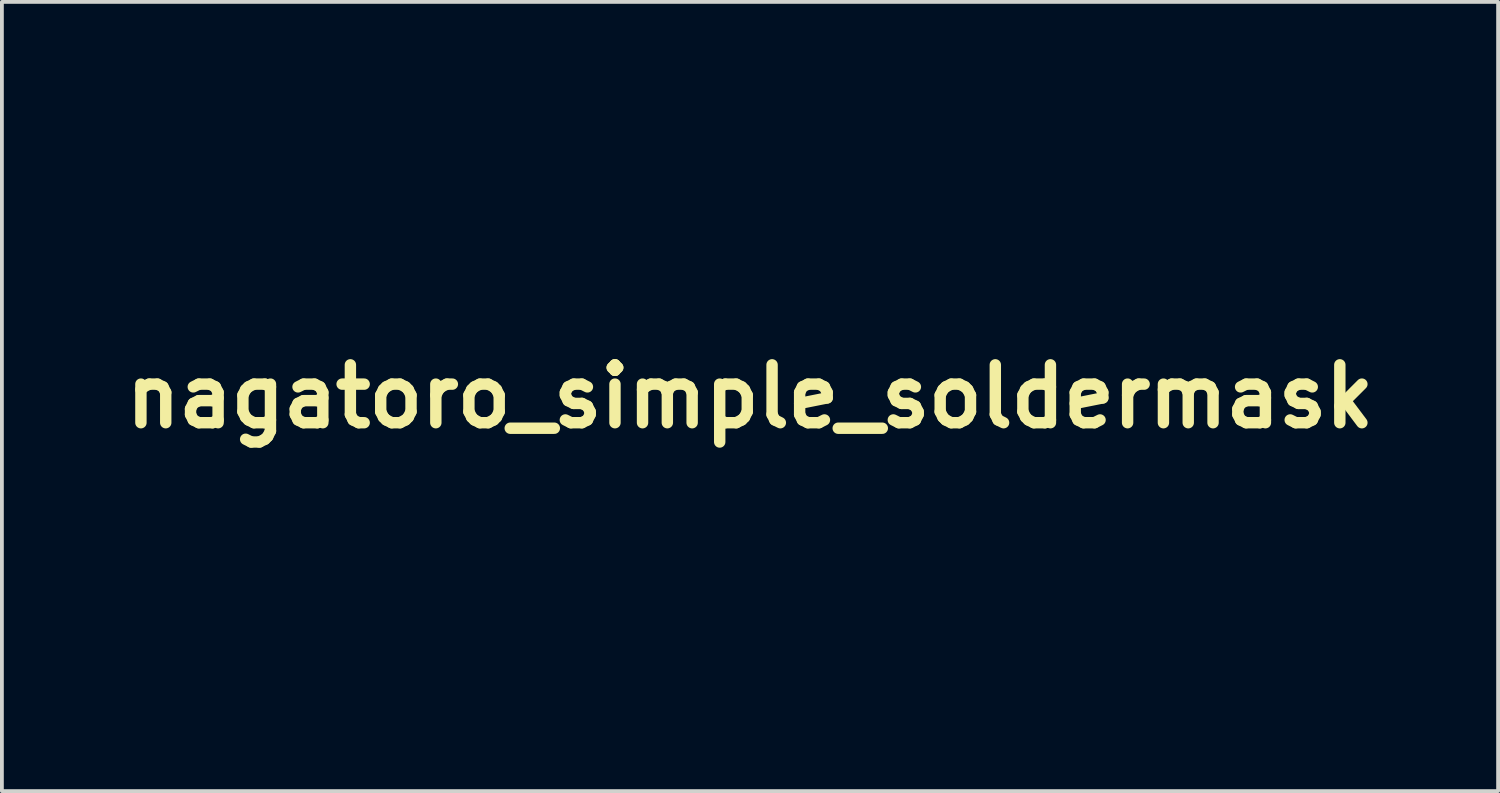
<source format=kicad_pcb>
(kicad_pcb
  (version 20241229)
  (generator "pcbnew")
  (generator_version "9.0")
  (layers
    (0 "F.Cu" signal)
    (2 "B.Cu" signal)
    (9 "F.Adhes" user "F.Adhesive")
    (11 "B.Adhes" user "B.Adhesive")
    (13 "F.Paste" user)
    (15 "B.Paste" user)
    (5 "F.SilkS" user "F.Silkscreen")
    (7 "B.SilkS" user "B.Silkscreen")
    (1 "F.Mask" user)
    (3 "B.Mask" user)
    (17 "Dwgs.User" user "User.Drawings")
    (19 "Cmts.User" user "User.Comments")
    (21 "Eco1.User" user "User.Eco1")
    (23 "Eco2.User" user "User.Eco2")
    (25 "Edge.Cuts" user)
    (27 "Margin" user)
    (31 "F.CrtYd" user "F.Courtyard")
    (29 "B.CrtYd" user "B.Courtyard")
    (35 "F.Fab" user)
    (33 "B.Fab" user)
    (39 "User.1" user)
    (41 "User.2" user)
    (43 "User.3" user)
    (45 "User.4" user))
  (footprint "nagatoro_simple_soldermask"
    (layer "F.Cu")
    (at 16.699 7.391)
    (property "Reference" "nagatoro_simple_soldermask" (at 0 0 0) (layer "F.SilkS") (effects (font (size 1.524 1.524) (thickness 0.3))))
    (attr through_hole)
    (fp_poly (pts (xy -9.222 0.02) (xy -9.242 0.039) (xy -9.261 0.02) (xy -9.242 0) (xy -9.222 0.02)) (stroke (width 0.01) (type solid)) (fill yes) (layer "F.Mask"))
    (fp_poly (pts (xy -9.144 -0.137) (xy -9.164 -0.117) (xy -9.183 -0.137) (xy -9.164 -0.156) (xy -9.144 -0.137)) (stroke (width 0.01) (type solid)) (fill yes) (layer "F.Mask"))
    (fp_poly (pts (xy -9.066 -0.137) (xy -9.085 -0.117) (xy -9.105 -0.137) (xy -9.085 -0.156) (xy -9.066 -0.137)) (stroke (width 0.01) (type solid)) (fill yes) (layer "F.Mask"))
    (fp_poly (pts (xy -8.558 1.27) (xy -8.577 1.29) (xy -8.597 1.27) (xy -8.577 1.25) (xy -8.558 1.27)) (stroke (width 0.01) (type solid)) (fill yes) (layer "F.Mask"))
    (fp_poly (pts (xy -8.558 1.622) (xy -8.577 1.641) (xy -8.597 1.622) (xy -8.577 1.602) (xy -8.558 1.622)) (stroke (width 0.01) (type solid)) (fill yes) (layer "F.Mask"))
    (fp_poly (pts (xy -8.48 0.606) (xy -8.499 0.625) (xy -8.519 0.606) (xy -8.499 0.586) (xy -8.48 0.606)) (stroke (width 0.01) (type solid)) (fill yes) (layer "F.Mask"))
    (fp_poly (pts (xy -8.48 1.778) (xy -8.499 1.798) (xy -8.519 1.778) (xy -8.499 1.758) (xy -8.48 1.778)) (stroke (width 0.01) (type solid)) (fill yes) (layer "F.Mask"))
    (fp_poly (pts (xy -8.011 2.247) (xy -8.03 2.266) (xy -8.05 2.247) (xy -8.03 2.227) (xy -8.011 2.247)) (stroke (width 0.01) (type solid)) (fill yes) (layer "F.Mask"))
    (fp_poly (pts (xy -7.659 2.442) (xy -7.679 2.462) (xy -7.698 2.442) (xy -7.679 2.423) (xy -7.659 2.442)) (stroke (width 0.01) (type solid)) (fill yes) (layer "F.Mask"))
    (fp_poly (pts (xy -7.425 2.208) (xy -7.444 2.227) (xy -7.464 2.208) (xy -7.444 2.188) (xy -7.425 2.208)) (stroke (width 0.01) (type solid)) (fill yes) (layer "F.Mask"))
    (fp_poly (pts (xy -5.393 -1.075) (xy -5.412 -1.055) (xy -5.432 -1.075) (xy -5.412 -1.094) (xy -5.393 -1.075)) (stroke (width 0.01) (type solid)) (fill yes) (layer "F.Mask"))
    (fp_poly (pts (xy -3.751 -0.996) (xy -3.771 -0.977) (xy -3.79 -0.996) (xy -3.771 -1.016) (xy -3.751 -0.996)) (stroke (width 0.01) (type solid)) (fill yes) (layer "F.Mask"))
    (fp_poly (pts (xy -3.048 -3.224) (xy -3.068 -3.204) (xy -3.087 -3.224) (xy -3.068 -3.243) (xy -3.048 -3.224)) (stroke (width 0.01) (type solid)) (fill yes) (layer "F.Mask"))
    (fp_poly (pts (xy -2.892 -3.224) (xy -2.911 -3.204) (xy -2.931 -3.224) (xy -2.911 -3.243) (xy -2.892 -3.224)) (stroke (width 0.01) (type solid)) (fill yes) (layer "F.Mask"))
    (fp_poly (pts (xy -2.774 -3.224) (xy -2.794 -3.204) (xy -2.814 -3.224) (xy -2.794 -3.243) (xy -2.774 -3.224)) (stroke (width 0.01) (type solid)) (fill yes) (layer "F.Mask"))
    (fp_poly (pts (xy -2.306 -2.911) (xy -2.325 -2.892) (xy -2.345 -2.911) (xy -2.325 -2.931) (xy -2.306 -2.911)) (stroke (width 0.01) (type solid)) (fill yes) (layer "F.Mask"))
    (fp_poly (pts (xy -1.407 -7.288) (xy -1.426 -7.268) (xy -1.446 -7.288) (xy -1.426 -7.307) (xy -1.407 -7.288)) (stroke (width 0.01) (type solid)) (fill yes) (layer "F.Mask"))
    (fp_poly (pts (xy 0.821 -0.371) (xy 0.801 -0.352) (xy 0.782 -0.371) (xy 0.801 -0.391) (xy 0.821 -0.371)) (stroke (width 0.01) (type solid)) (fill yes) (layer "F.Mask"))
    (fp_poly (pts (xy 1.563 -4.162) (xy 1.544 -4.142) (xy 1.524 -4.162) (xy 1.544 -4.181) (xy 1.563 -4.162)) (stroke (width 0.01) (type solid)) (fill yes) (layer "F.Mask"))
    (fp_poly (pts (xy 1.641 -4.279) (xy 1.622 -4.259) (xy 1.602 -4.279) (xy 1.622 -4.298) (xy 1.641 -4.279)) (stroke (width 0.01) (type solid)) (fill yes) (layer "F.Mask"))
    (fp_poly (pts (xy 1.758 -4.084) (xy 1.739 -4.064) (xy 1.719 -4.084) (xy 1.739 -4.103) (xy 1.758 -4.084)) (stroke (width 0.01) (type solid)) (fill yes) (layer "F.Mask"))
    (fp_poly (pts (xy 1.798 -4.162) (xy 1.778 -4.142) (xy 1.758 -4.162) (xy 1.778 -4.181) (xy 1.798 -4.162)) (stroke (width 0.01) (type solid)) (fill yes) (layer "F.Mask"))
    (fp_poly (pts (xy 1.954 -4.709) (xy 1.934 -4.689) (xy 1.915 -4.709) (xy 1.934 -4.728) (xy 1.954 -4.709)) (stroke (width 0.01) (type solid)) (fill yes) (layer "F.Mask"))
    (fp_poly (pts (xy 2.188 -4.592) (xy 2.169 -4.572) (xy 2.149 -4.592) (xy 2.169 -4.611) (xy 2.188 -4.592)) (stroke (width 0.01) (type solid)) (fill yes) (layer "F.Mask"))
    (fp_poly (pts (xy 3.634 -2.169) (xy 3.615 -2.149) (xy 3.595 -2.169) (xy 3.615 -2.188) (xy 3.634 -2.169)) (stroke (width 0.01) (type solid)) (fill yes) (layer "F.Mask"))
    (fp_poly (pts (xy 3.673 -1.973) (xy 3.654 -1.954) (xy 3.634 -1.973) (xy 3.654 -1.993) (xy 3.673 -1.973)) (stroke (width 0.01) (type solid)) (fill yes) (layer "F.Mask"))
    (fp_poly (pts (xy 4.22 -6.35) (xy 4.201 -6.33) (xy 4.181 -6.35) (xy 4.201 -6.37) (xy 4.22 -6.35)) (stroke (width 0.01) (type solid)) (fill yes) (layer "F.Mask"))
    (fp_poly (pts (xy 4.338 -5.881) (xy 4.318 -5.862) (xy 4.298 -5.881) (xy 4.318 -5.901) (xy 4.338 -5.881)) (stroke (width 0.01) (type solid)) (fill yes) (layer "F.Mask"))
    (fp_poly (pts (xy 4.767 -2.286) (xy 4.748 -2.266) (xy 4.728 -2.286) (xy 4.748 -2.306) (xy 4.767 -2.286)) (stroke (width 0.01) (type solid)) (fill yes) (layer "F.Mask"))
    (fp_poly (pts (xy 4.924 -2.716) (xy 4.904 -2.696) (xy 4.885 -2.716) (xy 4.904 -2.735) (xy 4.924 -2.716)) (stroke (width 0.01) (type solid)) (fill yes) (layer "F.Mask"))
    (fp_poly (pts (xy -9.235 -7.373) (xy -9.231 -7.326) (xy -9.235 -7.32) (xy -9.258 -7.326) (xy -9.261 -7.346) (xy -9.247 -7.379) (xy -9.235 -7.373)) (stroke (width 0.01) (type solid)) (fill yes) (layer "F.Mask"))
    (fp_poly (pts (xy -8.415 0.599) (xy -8.41 0.646) (xy -8.415 0.651) (xy -8.438 0.646) (xy -8.441 0.625) (xy -8.426 0.593) (xy -8.415 0.599)) (stroke (width 0.01) (type solid)) (fill yes) (layer "F.Mask"))
    (fp_poly (pts (xy 1.824 -4.637) (xy 1.828 -4.591) (xy 1.824 -4.585) (xy 1.8 -4.59) (xy 1.798 -4.611) (xy 1.812 -4.643) (xy 1.824 -4.637)) (stroke (width 0.01) (type solid)) (fill yes) (layer "F.Mask"))
    (fp_poly (pts (xy 5.028 -2.449) (xy 5.033 -2.402) (xy 5.028 -2.397) (xy 5.005 -2.402) (xy 5.002 -2.423) (xy 5.016 -2.455) (xy 5.028 -2.449)) (stroke (width 0.01) (type solid)) (fill yes) (layer "F.Mask"))
    (fp_poly (pts (xy 7.646 0.287) (xy 7.651 0.333) (xy 7.646 0.339) (xy 7.623 0.333) (xy 7.62 0.313) (xy 7.634 0.28) (xy 7.646 0.287)) (stroke (width 0.01) (type solid)) (fill yes) (layer "F.Mask"))
    (fp_poly (pts (xy -8.447 1.931) (xy -8.405 1.97) (xy -8.413 1.993) (xy -8.419 1.993) (xy -8.452 1.965) (xy -8.464 1.948) (xy -8.468 1.921) (xy -8.447 1.931)) (stroke (width 0.01) (type solid)) (fill yes) (layer "F.Mask"))
    (fp_poly (pts (xy -8.273 1.943) (xy -8.265 1.954) (xy -8.251 1.989) (xy -8.288 1.976) (xy -8.323 1.954) (xy -8.353 1.922) (xy -8.335 1.915) (xy -8.273 1.943)) (stroke (width 0.01) (type solid)) (fill yes) (layer "F.Mask"))
    (fp_poly (pts (xy -8.207 1.201) (xy -8.193 1.229) (xy -8.183 1.284) (xy -8.209 1.274) (xy -8.227 1.248) (xy -8.239 1.197) (xy -8.234 1.188) (xy -8.207 1.201)) (stroke (width 0.01) (type solid)) (fill yes) (layer "F.Mask"))
    (fp_poly (pts (xy -8.648 0.26) (xy -8.656 0.274) (xy -8.692 0.311) (xy -8.699 0.313) (xy -8.702 0.287) (xy -8.695 0.274) (xy -8.658 0.236) (xy -8.651 0.234) (xy -8.648 0.26)) (stroke (width 0.01) (type solid)) (fill yes) (layer "F.Mask"))
    (fp_poly (pts (xy 2.098 -4.82) (xy 2.091 -4.806) (xy 2.054 -4.769) (xy 2.047 -4.767) (xy 2.044 -4.793) (xy 2.052 -4.806) (xy 2.088 -4.844) (xy 2.095 -4.846) (xy 2.098 -4.82)) (stroke (width 0.01) (type solid)) (fill yes) (layer "F.Mask"))
    (fp_poly (pts (xy 4.882 -2.558) (xy 4.885 -2.545) (xy 4.856 -2.489) (xy 4.846 -2.481) (xy 4.809 -2.483) (xy 4.806 -2.496) (xy 4.835 -2.552) (xy 4.846 -2.56) (xy 4.882 -2.558)) (stroke (width 0.01) (type solid)) (fill yes) (layer "F.Mask"))
    (fp_poly (pts (xy -9.122 -7.298) (xy -9.125 -7.253) (xy -9.158 -7.167) (xy -9.179 -7.125) (xy -9.227 -7.038) (xy -9.251 -7.015) (xy -9.258 -7.051) (xy -9.258 -7.073) (xy -9.243 -7.157) (xy -9.205 -7.239) (xy -9.16 -7.294) (xy -9.122 -7.299) (xy -9.122 -7.298)) (stroke (width 0.01) (type solid)) (fill yes) (layer "F.Mask"))
    (fp_poly (pts (xy 5.972 6.995) (xy 6.01 7.07) (xy 6.036 7.133) (xy 6.072 7.24) (xy 6.087 7.314) (xy 6.085 7.332) (xy 6.061 7.31) (xy 6.022 7.235) (xy 5.997 7.172) (xy 5.961 7.065) (xy 5.945 6.991) (xy 5.948 6.973) (xy 5.972 6.995)) (stroke (width 0.01) (type solid)) (fill yes) (layer "F.Mask"))
    (fp_poly (pts (xy 0.728 -0.15) (xy 0.79 -0.103) (xy 0.813 -0.006) (xy 0.795 0.124) (xy 0.767 0.2) (xy 0.729 0.28) (xy 0.707 0.314) (xy 0.705 0.313) (xy 0.699 0.266) (xy 0.688 0.166) (xy 0.677 0.065) (xy 0.667 -0.063) (xy 0.67 -0.129) (xy 0.692 -0.152) (xy 0.728 -0.15)) (stroke (width 0.01) (type solid)) (fill yes) (layer "F.Mask"))
    (fp_poly (pts (xy -5.378 7.255) (xy -5.224 7.287) (xy -5.088 7.331) (xy -5.025 7.361) (xy -5.03 7.374) (xy -5.099 7.368) (xy -5.227 7.343) (xy -5.31 7.323) (xy -5.424 7.294) (xy -5.516 7.277) (xy -5.604 7.273) (xy -5.705 7.282) (xy -5.839 7.305) (xy -6.023 7.344) (xy -6.135 7.369) (xy -6.199 7.381) (xy -6.199 7.372) (xy -6.133 7.332) (xy -6.127 7.329) (xy -5.988 7.278) (xy -5.799 7.248) (xy -5.587 7.24) (xy -5.378 7.255)) (stroke (width 0.01) (type solid)) (fill yes) (layer "F.Mask"))
    (fp_poly (pts (xy -9.224 0.27) (xy -9.205 0.374) (xy -9.152 0.709) (xy -9.098 0.976) (xy -9.042 1.186) (xy -8.978 1.35) (xy -8.906 1.479) (xy -8.878 1.517) (xy -8.777 1.652) (xy -8.724 1.735) (xy -8.719 1.762) (xy -8.759 1.731) (xy -8.845 1.639) (xy -8.899 1.577) (xy -9.013 1.46) (xy -9.112 1.396) (xy -9.145 1.388) (xy -9.181 1.383) (xy -9.207 1.367) (xy -9.224 1.329) (xy -9.236 1.255) (xy -9.243 1.135) (xy -9.249 0.957) (xy -9.254 0.798) (xy -9.258 0.561) (xy -9.257 0.387) (xy -9.251 0.278) (xy -9.24 0.238) (xy -9.224 0.27)) (stroke (width 0.01) (type solid)) (fill yes) (layer "F.Mask"))
    (fp_poly (pts (xy -2.456 -7.349) (xy -2.439 -7.248) (xy -2.423 -7.097) (xy -2.409 -6.91) (xy -2.407 -6.874) (xy -2.379 -6.403) (xy -2.344 -5.991) (xy -2.302 -5.62) (xy -2.25 -5.273) (xy -2.186 -4.93) (xy -2.173 -4.865) (xy -2.145 -4.72) (xy -2.132 -4.621) (xy -2.133 -4.577) (xy -2.147 -4.595) (xy -2.174 -4.68) (xy -2.183 -4.715) (xy -2.263 -5.072) (xy -2.33 -5.48) (xy -2.386 -5.948) (xy -2.432 -6.482) (xy -2.441 -6.624) (xy -2.455 -6.812) (xy -2.47 -7) (xy -2.484 -7.151) (xy -2.487 -7.18) (xy -2.494 -7.303) (xy -2.484 -7.374) (xy -2.472 -7.386) (xy -2.456 -7.349)) (stroke (width 0.01) (type solid)) (fill yes) (layer "F.Mask"))
    (fp_poly (pts (xy 4.812 -1.082) (xy 5.042 -1.07) (xy 5.251 -1.051) (xy 5.426 -1.027) (xy 5.55 -0.999) (xy 5.608 -0.971) (xy 5.611 -0.947) (xy 5.547 -0.951) (xy 5.519 -0.957) (xy 5.28 -0.993) (xy 5 -1.014) (xy 4.693 -1.02) (xy 4.372 -1.012) (xy 4.049 -0.991) (xy 3.738 -0.959) (xy 3.451 -0.916) (xy 3.202 -0.864) (xy 3.003 -0.803) (xy 2.867 -0.736) (xy 2.856 -0.728) (xy 2.816 -0.704) (xy 2.818 -0.736) (xy 2.873 -0.792) (xy 2.995 -0.849) (xy 3.173 -0.905) (xy 3.395 -0.958) (xy 3.651 -1.005) (xy 3.93 -1.043) (xy 4.219 -1.071) (xy 4.351 -1.079) (xy 4.577 -1.085) (xy 4.812 -1.082)) (stroke (width 0.01) (type solid)) (fill yes) (layer "F.Mask"))
    (fp_poly (pts (xy -3.766 -3.22) (xy -3.43 -3.205) (xy -3.153 -3.176) (xy -2.915 -3.131) (xy -2.814 -3.104) (xy -2.683 -3.069) (xy -2.577 -3.044) (xy -2.533 -3.037) (xy -2.487 -3.017) (xy -2.488 -2.998) (xy -2.537 -2.98) (xy -2.566 -2.986) (xy -2.603 -2.987) (xy -2.598 -2.969) (xy -2.542 -2.933) (xy -2.522 -2.931) (xy -2.465 -2.899) (xy -2.446 -2.868) (xy -2.397 -2.825) (xy -2.362 -2.829) (xy -2.32 -2.833) (xy -2.322 -2.819) (xy -2.309 -2.774) (xy -2.252 -2.709) (xy -2.246 -2.702) (xy -2.179 -2.633) (xy -2.149 -2.581) (xy -2.149 -2.579) (xy -2.152 -2.55) (xy -2.172 -2.551) (xy -2.225 -2.59) (xy -2.286 -2.641) (xy -2.378 -2.71) (xy -2.511 -2.8) (xy -2.656 -2.891) (xy -2.666 -2.898) (xy -2.819 -2.983) (xy -2.96 -3.04) (xy -3.12 -3.081) (xy -3.291 -3.11) (xy -3.55 -3.136) (xy -3.854 -3.148) (xy -4.173 -3.145) (xy -4.474 -3.127) (xy -4.65 -3.107) (xy -4.751 -3.096) (xy -4.784 -3.102) (xy -4.76 -3.125) (xy -4.678 -3.152) (xy -4.537 -3.178) (xy -4.352 -3.199) (xy -4.142 -3.213) (xy -3.923 -3.22) (xy -3.766 -3.22)) (stroke (width 0.01) (type solid)) (fill yes) (layer "F.Mask"))
    (fp_poly (pts (xy -2.659 -6.307) (xy -2.686 -6.213) (xy -2.762 -6.086) (xy -2.876 -5.943) (xy -3.015 -5.8) (xy -3.033 -5.783) (xy -3.119 -5.706) (xy -3.15 -5.681) (xy -3.13 -5.706) (xy -3.07 -5.773) (xy -2.993 -5.867) (xy -2.97 -5.913) (xy -2.993 -5.914) (xy -3.055 -5.873) (xy -3.149 -5.792) (xy -3.216 -5.727) (xy -3.324 -5.624) (xy -3.413 -5.548) (xy -3.469 -5.511) (xy -3.475 -5.51) (xy -3.472 -5.533) (xy -3.422 -5.592) (xy -3.361 -5.651) (xy -3.273 -5.738) (xy -3.216 -5.808) (xy -3.204 -5.835) (xy -3.229 -5.835) (xy -3.292 -5.788) (xy -3.351 -5.735) (xy -3.573 -5.569) (xy -3.836 -5.456) (xy -4.074 -5.409) (xy -4.279 -5.391) (xy -3.98 -5.486) (xy -3.785 -5.551) (xy -3.643 -5.607) (xy -3.531 -5.665) (xy -3.427 -5.737) (xy -3.364 -5.788) (xy -3.277 -5.85) (xy -3.216 -5.881) (xy -3.203 -5.88) (xy -3.157 -5.894) (xy -3.081 -5.962) (xy -2.991 -6.072) (xy -2.987 -6.076) (xy -2.948 -6.126) (xy -2.941 -6.112) (xy -2.954 -6.047) (xy -2.965 -5.959) (xy -2.945 -5.936) (xy -2.899 -5.973) (xy -2.833 -6.067) (xy -2.75 -6.213) (xy -2.73 -6.252) (xy -2.685 -6.331) (xy -2.664 -6.343) (xy -2.659 -6.307)) (stroke (width 0.01) (type solid)) (fill yes) (layer "F.Mask"))
    (fp_poly (pts (xy -1.51 -7.239) (xy -1.498 -7.136) (xy -1.485 -6.98) (xy -1.471 -6.798) (xy -1.465 -6.702) (xy -1.446 -6.388) (xy -1.431 -6.142) (xy -1.419 -5.954) (xy -1.409 -5.812) (xy -1.4 -5.707) (xy -1.392 -5.629) (xy -1.387 -5.588) (xy -1.372 -5.468) (xy -1.355 -5.315) (xy -1.347 -5.236) (xy -1.325 -5.076) (xy -1.29 -4.89) (xy -1.263 -4.767) (xy -1.225 -4.602) (xy -1.191 -4.437) (xy -1.172 -4.338) (xy -1.146 -4.208) (xy -1.107 -4.04) (xy -1.06 -3.854) (xy -1.009 -3.668) (xy -0.961 -3.502) (xy -0.92 -3.376) (xy -0.895 -3.315) (xy -0.869 -3.234) (xy -0.871 -3.192) (xy -0.894 -3.195) (xy -0.933 -3.256) (xy -0.952 -3.297) (xy -0.992 -3.395) (xy -1.014 -3.457) (xy -1.016 -3.466) (xy -1.035 -3.506) (xy -1.084 -3.595) (xy -1.154 -3.716) (xy -1.174 -3.749) (xy -1.297 -3.973) (xy -1.407 -4.212) (xy -1.509 -4.477) (xy -1.606 -4.779) (xy -1.7 -5.128) (xy -1.795 -5.535) (xy -1.889 -5.979) (xy -1.924 -6.157) (xy -1.961 -6.366) (xy -2 -6.59) (xy -2.036 -6.813) (xy -2.067 -7.017) (xy -2.092 -7.189) (xy -2.107 -7.31) (xy -2.11 -7.357) (xy -2.074 -7.371) (xy -1.979 -7.381) (xy -1.845 -7.385) (xy -1.821 -7.386) (xy -1.531 -7.386) (xy -1.51 -7.239)) (stroke (width 0.01) (type solid)) (fill yes) (layer "F.Mask"))
    (fp_poly (pts (xy 1.563 -7.296) (xy 1.559 -7.211) (xy 1.549 -7.064) (xy 1.533 -6.871) (xy 1.514 -6.646) (xy 1.492 -6.407) (xy 1.47 -6.167) (xy 1.447 -5.944) (xy 1.427 -5.752) (xy 1.41 -5.607) (xy 1.406 -5.573) (xy 1.35 -5.229) (xy 1.274 -4.861) (xy 1.183 -4.485) (xy 1.081 -4.116) (xy 0.974 -3.77) (xy 0.865 -3.463) (xy 0.758 -3.212) (xy 0.718 -3.131) (xy 0.65 -3.006) (xy 0.611 -2.946) (xy 0.597 -2.945) (xy 0.602 -2.997) (xy 0.604 -3.009) (xy 0.62 -3.125) (xy 0.635 -3.285) (xy 0.651 -3.499) (xy 0.666 -3.774) (xy 0.682 -4.103) (xy 0.688 -4.472) (xy 0.675 -4.889) (xy 0.646 -5.328) (xy 0.602 -5.76) (xy 0.564 -6.037) (xy 0.537 -6.223) (xy 0.515 -6.389) (xy 0.501 -6.516) (xy 0.497 -6.573) (xy 0.485 -6.642) (xy 0.46 -6.657) (xy 0.443 -6.676) (xy 0.443 -6.753) (xy 0.447 -6.786) (xy 0.456 -6.871) (xy 0.447 -6.88) (xy 0.436 -6.858) (xy 0.412 -6.815) (xy 0.397 -6.835) (xy 0.384 -6.907) (xy 0.38 -6.993) (xy 0.395 -7.033) (xy 0.398 -7.034) (xy 0.429 -7.064) (xy 0.43 -7.075) (xy 0.406 -7.099) (xy 0.393 -7.094) (xy 0.364 -7.112) (xy 0.34 -7.185) (xy 0.338 -7.199) (xy 0.332 -7.216) (xy 0.33 -7.165) (xy 0.331 -7.055) (xy 0.336 -6.917) (xy 0.357 -6.392) (xy 0.374 -5.936) (xy 0.389 -5.541) (xy 0.4 -5.196) (xy 0.409 -4.894) (xy 0.416 -4.625) (xy 0.42 -4.38) (xy 0.423 -4.151) (xy 0.424 -3.927) (xy 0.424 -3.81) (xy 0.422 -3.551) (xy 0.418 -3.305) (xy 0.413 -3.089) (xy 0.405 -2.918) (xy 0.397 -2.807) (xy 0.395 -2.794) (xy 0.379 -2.681) (xy 0.367 -2.64) (xy 0.356 -2.664) (xy 0.343 -2.735) (xy 0.285 -3.027) (xy 0.211 -3.374) (xy 0.123 -3.754) (xy 0.028 -4.147) (xy -0.069 -4.534) (xy -0.164 -4.893) (xy -0.252 -5.204) (xy -0.256 -5.217) (xy -0.299 -5.367) (xy -0.354 -5.57) (xy -0.417 -5.805) (xy -0.482 -6.048) (xy -0.509 -6.155) (xy -0.604 -6.517) (xy -0.688 -6.824) (xy -0.759 -7.069) (xy -0.815 -7.246) (xy -0.841 -7.317) (xy -0.844 -7.336) (xy -0.833 -7.352) (xy -0.799 -7.363) (xy -0.734 -7.372) (xy -0.631 -7.378) (xy -0.481 -7.382) (xy -0.278 -7.384) (xy -0.012 -7.385) (xy 0.324 -7.386) (xy 1.563 -7.386) (xy 1.563 -7.296)) (stroke (width 0.01) (type solid)) (fill yes) (layer "F.Mask"))
    (fp_poly (pts (xy 3.954 1.939) (xy 3.986 2.013) (xy 3.986 2.014) (xy 4.01 2.126) (xy 4.024 2.3) (xy 4.027 2.518) (xy 4.02 2.762) (xy 4.002 3.018) (xy 3.989 3.146) (xy 3.971 3.306) (xy 3.955 3.435) (xy 3.938 3.546) (xy 3.917 3.656) (xy 3.888 3.78) (xy 3.848 3.934) (xy 3.795 4.133) (xy 3.728 4.377) (xy 3.627 4.679) (xy 3.483 5.014) (xy 3.311 5.355) (xy 3.123 5.678) (xy 2.932 5.959) (xy 2.864 6.045) (xy 2.706 6.21) (xy 2.508 6.376) (xy 2.29 6.528) (xy 2.071 6.655) (xy 1.869 6.745) (xy 1.739 6.78) (xy 1.617 6.802) (xy 1.518 6.823) (xy 1.504 6.827) (xy 1.454 6.831) (xy 1.465 6.809) (xy 1.524 6.778) (xy 1.63 6.742) (xy 1.7 6.724) (xy 2.017 6.609) (xy 2.328 6.425) (xy 2.622 6.18) (xy 2.889 5.884) (xy 3.12 5.544) (xy 3.192 5.412) (xy 3.253 5.295) (xy 3.332 5.143) (xy 3.406 5.002) (xy 3.482 4.842) (xy 3.557 4.659) (xy 3.627 4.467) (xy 3.687 4.281) (xy 3.733 4.115) (xy 3.76 3.982) (xy 3.765 3.898) (xy 3.753 3.876) (xy 3.702 3.848) (xy 3.611 3.791) (xy 3.548 3.749) (xy 3.417 3.673) (xy 3.236 3.586) (xy 3.031 3.498) (xy 2.827 3.42) (xy 2.65 3.363) (xy 2.618 3.355) (xy 2.437 3.318) (xy 2.203 3.283) (xy 1.94 3.25) (xy 1.675 3.225) (xy 1.431 3.209) (xy 1.268 3.204) (xy 0.793 3.232) (xy 0.294 3.311) (xy -0.205 3.435) (xy -0.677 3.597) (xy -0.996 3.74) (xy -1.226 3.868) (xy -1.449 4.015) (xy -1.658 4.174) (xy -1.843 4.335) (xy -1.995 4.49) (xy -2.104 4.63) (xy -2.162 4.748) (xy -2.165 4.821) (xy -2.116 4.923) (xy -2.024 5.066) (xy -1.902 5.233) (xy -1.759 5.409) (xy -1.61 5.578) (xy -1.527 5.664) (xy -1.388 5.792) (xy -1.213 5.934) (xy -1.016 6.08) (xy -0.81 6.223) (xy -0.606 6.355) (xy -0.418 6.466) (xy -0.258 6.55) (xy -0.138 6.597) (xy -0.095 6.604) (xy -0.031 6.62) (xy 0.061 6.658) (xy 0.062 6.659) (xy 0.163 6.693) (xy 0.306 6.724) (xy 0.42 6.741) (xy 0.546 6.76) (xy 0.635 6.783) (xy 0.664 6.803) (xy 0.657 6.823) (xy 0.625 6.831) (xy 0.555 6.829) (xy 0.433 6.815) (xy 0.279 6.793) (xy 0.111 6.762) (xy -0.058 6.714) (xy -0.239 6.643) (xy -0.447 6.543) (xy -0.695 6.41) (xy -0.944 6.267) (xy -1.165 6.112) (xy -1.403 5.901) (xy -1.646 5.65) (xy -1.88 5.373) (xy -2.091 5.085) (xy -2.265 4.803) (xy -2.315 4.709) (xy -2.52 4.247) (xy -2.663 3.795) (xy -2.75 3.329) (xy -2.785 2.825) (xy -2.786 2.768) (xy -2.787 2.571) (xy -2.784 2.402) (xy -2.777 2.277) (xy -2.767 2.21) (xy -2.764 2.204) (xy -2.72 2.205) (xy -2.686 2.236) (xy -2.616 2.288) (xy -2.491 2.35) (xy -2.331 2.415) (xy -2.159 2.473) (xy -1.993 2.518) (xy -1.89 2.538) (xy -1.733 2.568) (xy -1.626 2.621) (xy -1.537 2.715) (xy -1.48 2.802) (xy -1.42 2.881) (xy -1.376 2.895) (xy -1.341 2.838) (xy -1.312 2.708) (xy -1.306 2.669) (xy -1.26 2.524) (xy -1.166 2.431) (xy -1.011 2.375) (xy -0.996 2.372) (xy -0.883 2.349) (xy -0.743 2.318) (xy -0.703 2.309) (xy -0.072 2.194) (xy 0.613 2.122) (xy 1.337 2.093) (xy 2.088 2.109) (xy 2.823 2.166) (xy 3.04 2.188) (xy 3.197 2.201) (xy 3.311 2.204) (xy 3.402 2.196) (xy 3.485 2.178) (xy 3.58 2.148) (xy 3.595 2.143) (xy 3.729 2.088) (xy 3.837 2.027) (xy 3.887 1.983) (xy 3.928 1.931) (xy 3.954 1.939)) (stroke (width 0.01) (type solid)) (fill yes) (layer "F.Mask"))
    (fp_poly (pts (xy -9.2 -0.524) (xy -9.128 -0.459) (xy -9.015 -0.345) (xy -8.945 -0.273) (xy -8.733 -0.05) (xy -8.571 0.134) (xy -8.447 0.291) (xy -8.353 0.435) (xy -8.28 0.579) (xy -8.226 0.712) (xy -8.136 0.955) (xy -8.065 1.137) (xy -8.007 1.272) (xy -7.955 1.371) (xy -7.903 1.448) (xy -7.844 1.516) (xy -7.79 1.57) (xy -7.568 1.787) (xy -7.396 1.961) (xy -7.266 2.101) (xy -7.171 2.216) (xy -7.103 2.314) (xy -7.054 2.406) (xy -7.044 2.429) (xy -7.02 2.505) (xy -7.041 2.54) (xy -7.076 2.552) (xy -7.141 2.546) (xy -7.158 2.507) (xy -7.167 2.412) (xy -7.169 2.388) (xy -7.14 2.388) (xy -7.132 2.427) (xy -7.129 2.434) (xy -7.098 2.482) (xy -7.08 2.482) (xy -7.085 2.441) (xy -7.107 2.412) (xy -7.14 2.388) (xy -7.169 2.388) (xy -7.169 2.384) (xy -7.194 2.295) (xy -7.24 2.248) (xy -7.277 2.252) (xy -7.301 2.254) (xy -7.294 2.238) (xy -7.3 2.184) (xy -7.335 2.144) (xy -7.38 2.111) (xy -7.377 2.131) (xy -7.367 2.149) (xy -7.354 2.185) (xy -7.366 2.179) (xy -7.407 2.124) (xy -7.44 2.065) (xy -7.491 1.995) (xy -7.543 1.961) (xy -7.577 1.972) (xy -7.581 1.992) (xy -7.558 2.019) (xy -7.545 2.014) (xy -7.496 2.014) (xy -7.489 2.022) (xy -7.509 2.045) (xy -7.583 2.057) (xy -7.584 2.057) (xy -7.675 2.044) (xy -7.698 2.006) (xy -7.716 1.967) (xy -7.733 1.971) (xy -7.775 1.961) (xy -7.789 1.937) (xy -7.782 1.882) (xy -7.732 1.858) (xy -7.671 1.88) (xy -7.667 1.883) (xy -7.609 1.912) (xy -7.59 1.909) (xy -7.594 1.879) (xy -7.646 1.821) (xy -7.673 1.798) (xy -7.74 1.748) (xy -7.766 1.739) (xy -7.763 1.749) (xy -7.755 1.791) (xy -7.768 1.798) (xy -7.82 1.821) (xy -7.893 1.875) (xy -7.966 1.923) (xy -8.016 1.931) (xy -8.049 1.879) (xy -8.037 1.821) (xy -8.029 1.817) (xy -7.933 1.817) (xy -7.913 1.837) (xy -7.894 1.817) (xy -7.913 1.798) (xy -7.933 1.817) (xy -8.029 1.817) (xy -7.994 1.798) (xy -7.944 1.764) (xy -7.921 1.71) (xy -7.904 1.622) (xy -7.899 1.71) (xy -7.88 1.778) (xy -7.855 1.798) (xy -7.829 1.765) (xy -7.828 1.716) (xy -7.863 1.635) (xy -7.924 1.586) (xy -7.979 1.587) (xy -7.993 1.574) (xy -7.983 1.536) (xy -7.97 1.489) (xy -7.997 1.498) (xy -8.03 1.524) (xy -8.075 1.552) (xy -8.076 1.536) (xy -8.072 1.474) (xy -8.082 1.426) (xy -8.05 1.426) (xy -8.03 1.446) (xy -8.011 1.426) (xy -8.03 1.407) (xy -8.05 1.426) (xy -8.082 1.426) (xy -8.094 1.372) (xy -8.11 1.321) (xy -8.154 1.199) (xy -8.211 1.036) (xy -8.268 0.868) (xy -8.271 0.861) (xy -8.326 0.715) (xy -8.382 0.595) (xy -8.428 0.523) (xy -8.434 0.517) (xy -8.466 0.485) (xy -8.45 0.488) (xy -8.409 0.487) (xy -8.405 0.449) (xy -8.436 0.413) (xy -8.469 0.433) (xy -8.515 0.506) (xy -8.565 0.612) (xy -8.61 0.73) (xy -8.642 0.838) (xy -8.651 0.915) (xy -8.649 0.928) (xy -8.639 0.973) (xy -8.671 0.953) (xy -8.674 0.951) (xy -8.697 0.916) (xy -8.706 0.858) (xy -8.702 0.761) (xy -8.682 0.609) (xy -8.669 0.519) (xy -8.639 0.491) (xy -8.623 0.496) (xy -8.601 0.486) (xy -8.607 0.436) (xy -8.612 0.379) (xy -8.596 0.372) (xy -8.549 0.365) (xy -8.539 0.353) (xy -8.546 0.302) (xy -8.592 0.222) (xy -8.659 0.135) (xy -8.73 0.063) (xy -8.787 0.026) (xy -8.804 0.027) (xy -8.826 0.026) (xy -8.819 0.012) (xy -8.831 -0.034) (xy -8.885 -0.103) (xy -8.959 -0.175) (xy -9.031 -0.229) (xy -9.079 -0.243) (xy -9.094 -0.257) (xy -9.088 -0.27) (xy -9.095 -0.317) (xy -9.149 -0.359) (xy -9.199 -0.371) (xy -9.229 -0.405) (xy -9.23 -0.41) (xy -9.222 -0.41) (xy -9.203 -0.391) (xy -9.183 -0.41) (xy -9.203 -0.43) (xy -9.222 -0.41) (xy -9.23 -0.41) (xy -9.251 -0.487) (xy -9.251 -0.488) (xy -9.253 -0.533) (xy -9.239 -0.547) (xy -9.2 -0.524)) (stroke (width 0.01) (type solid)) (fill yes) (layer "F.Mask"))
    (fp_poly (pts (xy -3.61 -2.682) (xy -3.193 -2.595) (xy -2.821 -2.462) (xy -2.486 -2.281) (xy -2.316 -2.161) (xy -2.149 -2.032) (xy -2.034 -1.943) (xy -1.963 -1.884) (xy -1.927 -1.849) (xy -1.917 -1.829) (xy -1.923 -1.815) (xy -1.928 -1.81) (xy -1.967 -1.817) (xy -2.016 -1.868) (xy -2.072 -1.932) (xy -2.111 -1.954) (xy -2.113 -1.926) (xy -2.078 -1.854) (xy -2.05 -1.812) (xy -1.977 -1.69) (xy -1.953 -1.617) (xy -1.975 -1.597) (xy -2.041 -1.636) (xy -2.1 -1.689) (xy -2.232 -1.794) (xy -2.405 -1.904) (xy -2.592 -2.003) (xy -2.761 -2.074) (xy -2.817 -2.09) (xy -2.919 -2.116) (xy -2.945 -1.774) (xy -2.993 -1.459) (xy -3.082 -1.186) (xy -3.208 -0.968) (xy -3.308 -0.86) (xy -3.387 -0.788) (xy -3.433 -0.739) (xy -3.439 -0.73) (xy -3.403 -0.721) (xy -3.306 -0.71) (xy -3.166 -0.698) (xy -3.088 -0.692) (xy -2.923 -0.677) (xy -2.782 -0.657) (xy -2.688 -0.635) (xy -2.668 -0.626) (xy -2.622 -0.594) (xy -2.647 -0.594) (xy -2.677 -0.601) (xy -2.833 -0.627) (xy -3.048 -0.648) (xy -3.302 -0.664) (xy -3.574 -0.673) (xy -3.847 -0.676) (xy -4.1 -0.671) (xy -4.314 -0.659) (xy -4.425 -0.646) (xy -4.796 -0.581) (xy -5.157 -0.502) (xy -5.495 -0.413) (xy -5.795 -0.318) (xy -6.043 -0.22) (xy -6.213 -0.133) (xy -6.258 -0.105) (xy -6.27 -0.092) (xy -6.243 -0.097) (xy -6.166 -0.121) (xy -6.03 -0.168) (xy -5.901 -0.214) (xy -5.451 -0.354) (xy -4.963 -0.472) (xy -4.476 -0.559) (xy -4.279 -0.585) (xy -4.085 -0.602) (xy -3.866 -0.614) (xy -3.639 -0.62) (xy -3.422 -0.621) (xy -3.231 -0.616) (xy -3.082 -0.605) (xy -2.993 -0.589) (xy -2.989 -0.587) (xy -2.994 -0.576) (xy -3.065 -0.569) (xy -3.195 -0.569) (xy -3.372 -0.574) (xy -3.38 -0.575) (xy -3.805 -0.572) (xy -4.266 -0.533) (xy -4.743 -0.46) (xy -5.219 -0.357) (xy -5.672 -0.23) (xy -6.085 -0.082) (xy -6.399 0.063) (xy -6.499 0.107) (xy -6.568 0.123) (xy -6.585 0.117) (xy -6.57 0.081) (xy -6.526 0.059) (xy -6.463 0.016) (xy -6.448 -0.021) (xy -6.415 -0.063) (xy -6.327 -0.123) (xy -6.203 -0.191) (xy -6.175 -0.204) (xy -6.023 -0.279) (xy -5.936 -0.331) (xy -5.909 -0.367) (xy -5.934 -0.394) (xy -5.971 -0.408) (xy -6.04 -0.449) (xy -6.132 -0.525) (xy -6.172 -0.565) (xy -6.303 -0.699) (xy -6.201 -0.724) (xy -6.112 -0.735) (xy -6.062 -0.726) (xy -5.998 -0.723) (xy -5.904 -0.749) (xy -5.817 -0.794) (xy -5.777 -0.832) (xy -5.745 -0.845) (xy -5.72 -0.803) (xy -5.644 -0.684) (xy -5.523 -0.578) (xy -5.478 -0.551) (xy -5.393 -0.531) (xy -5.268 -0.548) (xy -5.211 -0.562) (xy -5.032 -0.604) (xy -4.795 -0.647) (xy -4.52 -0.689) (xy -4.228 -0.726) (xy -4.212 -0.728) (xy -3.976 -0.78) (xy -3.798 -0.88) (xy -3.673 -1.025) (xy -3.614 -1.133) (xy -3.598 -1.191) (xy -3.625 -1.193) (xy -3.654 -1.172) (xy -3.701 -1.146) (xy -3.716 -1.188) (xy -3.717 -1.197) (xy -3.717 -1.211) (xy -3.556 -1.211) (xy -3.542 -1.179) (xy -3.53 -1.185) (xy -3.525 -1.232) (xy -3.53 -1.237) (xy -3.553 -1.232) (xy -3.556 -1.211) (xy -3.717 -1.211) (xy -3.718 -1.286) (xy -3.715 -1.319) (xy -3.734 -1.362) (xy -3.787 -1.366) (xy -3.847 -1.337) (xy -3.881 -1.286) (xy -3.915 -1.229) (xy -3.948 -1.232) (xy -3.97 -1.27) (xy -3.956 -1.285) (xy -3.917 -1.338) (xy -3.89 -1.407) (xy -3.876 -1.464) (xy -3.888 -1.461) (xy -3.934 -1.395) (xy -3.939 -1.387) (xy -4.07 -1.222) (xy -4.232 -1.102) (xy -4.438 -1.012) (xy -4.681 -0.956) (xy -4.909 -0.961) (xy -5.107 -1.025) (xy -5.167 -1.062) (xy -5.273 -1.119) (xy -5.372 -1.147) (xy -5.375 -1.147) (xy -5.452 -1.173) (xy -5.471 -1.213) (xy -5.485 -1.281) (xy -5.534 -1.326) (xy -5.63 -1.353) (xy -5.784 -1.365) (xy -5.938 -1.367) (xy -6.148 -1.361) (xy -6.303 -1.344) (xy -6.425 -1.312) (xy -6.478 -1.29) (xy -6.646 -1.214) (xy -6.687 -1.32) (xy -6.724 -1.439) (xy -6.749 -1.554) (xy -6.772 -1.647) (xy -6.799 -1.7) (xy -6.801 -1.701) (xy -6.856 -1.696) (xy -6.959 -1.654) (xy -7.094 -1.585) (xy -7.246 -1.498) (xy -7.399 -1.403) (xy -7.537 -1.309) (xy -7.645 -1.225) (xy -7.707 -1.161) (xy -7.714 -1.148) (xy -7.718 -1.045) (xy -7.674 -0.895) (xy -7.587 -0.713) (xy -7.514 -0.592) (xy -7.449 -0.481) (xy -7.408 -0.397) (xy -7.402 -0.361) (xy -7.443 -0.371) (xy -7.526 -0.423) (xy -7.634 -0.505) (xy -7.753 -0.605) (xy -7.869 -0.712) (xy -7.965 -0.812) (xy -7.988 -0.839) (xy -8.055 -0.917) (xy -8.117 -0.97) (xy -8.192 -1.007) (xy -8.297 -1.035) (xy -8.452 -1.061) (xy -8.568 -1.077) (xy -8.693 -1.087) (xy -8.75 -1.071) (xy -8.753 -1.062) (xy -8.732 -1.014) (xy -8.673 -0.92) (xy -8.589 -0.795) (xy -8.532 -0.716) (xy -8.413 -0.533) (xy -8.276 -0.297) (xy -8.134 -0.029) (xy -7.995 0.251) (xy -7.871 0.522) (xy -7.773 0.764) (xy -7.74 0.855) (xy -7.691 1.01) (xy -7.672 1.095) (xy -7.68 1.111) (xy -7.713 1.058) (xy -7.767 0.937) (xy -7.809 0.833) (xy -7.879 0.659) (xy -7.954 0.484) (xy -8.017 0.344) (xy -8.023 0.332) (xy -8.098 0.176) (xy -8.175 0.01) (xy -8.203 -0.052) (xy -8.31 -0.257) (xy -8.445 -0.477) (xy -8.598 -0.694) (xy -8.757 -0.895) (xy -8.911 -1.065) (xy -9.048 -1.19) (xy -9.12 -1.237) (xy -9.192 -1.284) (xy -9.196 -1.318) (xy -9.181 -1.33) (xy -9.151 -1.366) (xy -9.178 -1.418) (xy -9.196 -1.438) (xy -9.226 -1.483) (xy -9.245 -1.546) (xy -9.254 -1.644) (xy -9.256 -1.792) (xy -9.253 -1.958) (xy -9.242 -2.403) (xy -9.149 -2.012) (xy -9.103 -1.832) (xy -9.057 -1.667) (xy -9.016 -1.541) (xy -8.998 -1.495) (xy -8.95 -1.411) (xy -8.898 -1.385) (xy -8.837 -1.394) (xy -8.742 -1.424) (xy -8.618 -1.475) (xy -8.456 -1.551) (xy -8.247 -1.657) (xy -8.03 -1.771) (xy -4.416 -1.771) (xy -4.402 -1.7) (xy -4.346 -1.685) (xy -4.328 -1.687) (xy -4.253 -1.726) (xy -4.227 -1.772) (xy -4.232 -1.851) (xy -4.249 -1.881) (xy -4.314 -1.904) (xy -4.377 -1.869) (xy -4.414 -1.794) (xy -4.416 -1.771) (xy -8.03 -1.771) (xy -7.982 -1.796) (xy -7.892 -1.844) (xy -7.261 -2.15) (xy -6.63 -2.387) (xy -5.985 -2.559) (xy -5.312 -2.67) (xy -4.607 -2.724) (xy -4.079 -2.724) (xy -3.61 -2.682)) (stroke (width 0.01) (type solid)) (fill yes) (layer "F.Mask"))
    (fp_poly (pts (xy -8.151 2.028) (xy -8.107 2.086) (xy -8.104 2.092) (xy -8.062 2.179) (xy -8.055 2.218) (xy -8.081 2.227) (xy -8.089 2.227) (xy -8.124 2.196) (xy -8.128 2.173) (xy -8.161 2.121) (xy -8.208 2.098) (xy -8.263 2.09) (xy -8.253 2.12) (xy -8.241 2.135) (xy -8.175 2.198) (xy -8.091 2.265) (xy -8.02 2.312) (xy -7.991 2.312) (xy -7.982 2.262) (xy -7.982 2.255) (xy -7.996 2.175) (xy -8.021 2.143) (xy -8.044 2.1) (xy -8.034 2.083) (xy -7.994 2.082) (xy -7.983 2.1) (xy -7.934 2.14) (xy -7.885 2.149) (xy -7.808 2.176) (xy -7.716 2.243) (xy -7.692 2.266) (xy -7.608 2.341) (xy -7.536 2.381) (xy -7.521 2.384) (xy -7.456 2.415) (xy -7.438 2.445) (xy -7.392 2.487) (xy -7.362 2.485) (xy -7.299 2.492) (xy -7.283 2.509) (xy -7.28 2.534) (xy -7.301 2.524) (xy -7.341 2.524) (xy -7.346 2.541) (xy -7.319 2.571) (xy -7.298 2.568) (xy -7.263 2.521) (xy -7.258 2.458) (xy -7.261 2.395) (xy -7.244 2.405) (xy -7.225 2.435) (xy -7.2 2.516) (xy -7.204 2.559) (xy -7.197 2.613) (xy -7.146 2.635) (xy -7.084 2.613) (xy -7.078 2.607) (xy -7.026 2.586) (xy -6.985 2.616) (xy -6.96 2.651) (xy -6.982 2.643) (xy -7.039 2.647) (xy -7.057 2.666) (xy -7.066 2.695) (xy -7.054 2.687) (xy -7.008 2.69) (xy -6.966 2.726) (xy -6.931 2.763) (xy -6.931 2.753) (xy -6.93 2.687) (xy -6.918 2.659) (xy -6.882 2.628) (xy -6.833 2.657) (xy -6.819 2.671) (xy -6.778 2.725) (xy -6.712 2.826) (xy -6.631 2.955) (xy -6.547 3.095) (xy -6.469 3.229) (xy -6.407 3.34) (xy -6.373 3.41) (xy -6.37 3.423) (xy -6.35 3.465) (xy -6.301 3.541) (xy -6.297 3.548) (xy -6.244 3.627) (xy -6.164 3.752) (xy -6.069 3.902) (xy -6.016 3.986) (xy -5.746 4.392) (xy -5.463 4.767) (xy -5.177 5.1) (xy -4.897 5.381) (xy -4.63 5.6) (xy -4.602 5.62) (xy -4.49 5.69) (xy -4.321 5.786) (xy -4.107 5.902) (xy -3.861 6.031) (xy -3.597 6.166) (xy -3.328 6.301) (xy -3.066 6.429) (xy -2.825 6.543) (xy -2.618 6.637) (xy -2.54 6.671) (xy -2.33 6.758) (xy -2.117 6.845) (xy -1.884 6.937) (xy -1.617 7.042) (xy -1.3 7.163) (xy -1.097 7.241) (xy -0.768 7.366) (xy -2.269 7.376) (xy -2.656 7.379) (xy -2.971 7.38) (xy -3.223 7.379) (xy -3.419 7.377) (xy -3.566 7.373) (xy -3.671 7.367) (xy -3.742 7.358) (xy -3.786 7.346) (xy -3.81 7.332) (xy -3.816 7.325) (xy -3.823 7.31) (xy -3.634 7.31) (xy -3.622 7.345) (xy -3.605 7.327) (xy -1.211 7.327) (xy -1.192 7.346) (xy -1.172 7.327) (xy -1.192 7.307) (xy -1.211 7.327) (xy -3.605 7.327) (xy -3.593 7.314) (xy -3.58 7.286) (xy -3.577 7.245) (xy -3.596 7.249) (xy -3.633 7.299) (xy -3.634 7.31) (xy -3.823 7.31) (xy -3.842 7.265) (xy -3.872 7.173) (xy -3.785 7.173) (xy -3.766 7.236) (xy -3.737 7.268) (xy -3.737 7.268) (xy -3.731 7.237) (xy -3.736 7.21) (xy -1.524 7.21) (xy -1.504 7.229) (xy -1.485 7.21) (xy -1.504 7.19) (xy -1.524 7.21) (xy -3.736 7.21) (xy -3.74 7.189) (xy -3.748 7.171) (xy -1.602 7.171) (xy -1.583 7.19) (xy -1.563 7.171) (xy -1.583 7.151) (xy -1.602 7.171) (xy -3.748 7.171) (xy -3.764 7.133) (xy -3.77 7.132) (xy -1.68 7.132) (xy -1.661 7.151) (xy -1.641 7.132) (xy -1.661 7.112) (xy -1.68 7.132) (xy -3.77 7.132) (xy -3.781 7.128) (xy -3.785 7.173) (xy -3.872 7.173) (xy -3.881 7.145) (xy -3.914 7.034) (xy -3.83 7.034) (xy -3.815 7.066) (xy -3.803 7.06) (xy -3.803 7.053) (xy -1.876 7.053) (xy -1.856 7.073) (xy -1.837 7.053) (xy -1.856 7.034) (xy -1.876 7.053) (xy -3.803 7.053) (xy -3.799 7.014) (xy -1.954 7.014) (xy -1.934 7.034) (xy -1.915 7.014) (xy -1.934 6.995) (xy -1.954 7.014) (xy -3.799 7.014) (xy -3.799 7.014) (xy -3.803 7.008) (xy -3.827 7.013) (xy -3.83 7.034) (xy -3.914 7.034) (xy -3.928 6.984) (xy -3.946 6.917) (xy -3.79 6.917) (xy -3.776 6.949) (xy -3.764 6.943) (xy -3.76 6.896) (xy -3.764 6.891) (xy -3.788 6.896) (xy -3.79 6.917) (xy -3.946 6.917) (xy -3.973 6.819) (xy -3.595 6.819) (xy -3.576 6.838) (xy -3.556 6.819) (xy -2.423 6.819) (xy -2.403 6.838) (xy -2.384 6.819) (xy -2.403 6.799) (xy -2.423 6.819) (xy -3.556 6.819) (xy -3.576 6.799) (xy -3.595 6.819) (xy -3.973 6.819) (xy -3.979 6.797) (xy -3.983 6.78) (xy -3.79 6.78) (xy -3.771 6.799) (xy -3.751 6.78) (xy -3.771 6.76) (xy -3.79 6.78) (xy -3.983 6.78) (xy -4.024 6.624) (xy -2.931 6.624) (xy -2.911 6.643) (xy -2.892 6.624) (xy -2.911 6.604) (xy -2.931 6.624) (xy -4.024 6.624) (xy -4.029 6.601) (xy -4.074 6.415) (xy -4.11 6.254) (xy -4.131 6.136) (xy -4.132 6.128) (xy -4.144 6.063) (xy -4.172 6.007) (xy -4.225 5.948) (xy -4.316 5.876) (xy -4.456 5.778) (xy -4.538 5.723) (xy -4.976 5.395) (xy -5.35 5.04) (xy -5.595 4.748) (xy -5.691 4.615) (xy -5.807 4.448) (xy -5.93 4.264) (xy -6.049 4.084) (xy -6.151 3.923) (xy -6.225 3.801) (xy -6.245 3.766) (xy -6.307 3.704) (xy -6.384 3.702) (xy -6.443 3.727) (xy -6.488 3.787) (xy -6.529 3.902) (xy -6.54 3.941) (xy -6.579 4.12) (xy -6.617 4.361) (xy -6.651 4.648) (xy -6.68 4.963) (xy -6.703 5.291) (xy -6.718 5.615) (xy -6.724 5.918) (xy -6.724 5.936) (xy -6.723 6.223) (xy -6.717 6.459) (xy -6.707 6.673) (xy -6.69 6.892) (xy -6.666 7.145) (xy -6.66 7.2) (xy -6.657 7.315) (xy -6.672 7.377) (xy -6.698 7.378) (xy -6.728 7.311) (xy -6.736 7.278) (xy -6.745 7.206) (xy -6.755 7.07) (xy -6.765 6.885) (xy -6.776 6.665) (xy -6.785 6.428) (xy -6.792 5.857) (xy -6.772 5.306) (xy -6.724 4.745) (xy -6.649 4.176) (xy -6.581 3.722) (xy -6.727 3.741) (xy -6.879 3.738) (xy -7.053 3.696) (xy -7.065 3.692) (xy -7.256 3.623) (xy -7.37 3.724) (xy -7.544 3.882) (xy -7.669 4.003) (xy -7.757 4.102) (xy -7.82 4.193) (xy -7.868 4.29) (xy -7.907 4.39) (xy -7.992 4.592) (xy -8.097 4.79) (xy -8.207 4.961) (xy -8.311 5.085) (xy -8.339 5.11) (xy -8.403 5.178) (xy -8.486 5.289) (xy -8.567 5.412) (xy -8.676 5.572) (xy -8.807 5.729) (xy -8.943 5.87) (xy -9.068 5.977) (xy -9.168 6.034) (xy -9.173 6.036) (xy -9.219 6.046) (xy -9.245 6.031) (xy -9.257 5.976) (xy -9.261 5.867) (xy -9.261 5.778) (xy -9.258 5.626) (xy -9.245 5.527) (xy -9.215 5.457) (xy -9.16 5.389) (xy -9.147 5.375) (xy -9.078 5.289) (xy -9.002 5.175) (xy -8.931 5.052) (xy -8.875 4.938) (xy -8.844 4.854) (xy -8.844 4.82) (xy -8.889 4.821) (xy -8.951 4.847) (xy -9.056 4.893) (xy -9.149 4.925) (xy -9.261 4.957) (xy -9.26 3.583) (xy -9.26 2.208) (xy -9.117 2.378) (xy -8.971 2.521) (xy -8.753 2.686) (xy -8.463 2.874) (xy -8.099 3.087) (xy -7.854 3.221) (xy -7.571 3.371) (xy -7.344 3.486) (xy -7.16 3.569) (xy -7.008 3.624) (xy -6.876 3.656) (xy -6.751 3.667) (xy -6.623 3.661) (xy -6.515 3.649) (xy -6.338 3.624) (xy -6.494 3.326) (xy -6.612 3.105) (xy -6.7 2.948) (xy -6.762 2.85) (xy -6.803 2.804) (xy -6.825 2.806) (xy -6.831 2.822) (xy -6.846 2.855) (xy -6.883 2.857) (xy -6.959 2.823) (xy -7.046 2.775) (xy -7.206 2.699) (xy -7.389 2.632) (xy -7.483 2.606) (xy -7.637 2.565) (xy -7.781 2.519) (xy -7.854 2.491) (xy -7.994 2.418) (xy -8.003 2.412) (xy -7.835 2.412) (xy -7.769 2.446) (xy -7.672 2.483) (xy -7.549 2.524) (xy -7.485 2.537) (xy -7.464 2.525) (xy -7.464 2.522) (xy -7.497 2.486) (xy -7.58 2.446) (xy -7.684 2.413) (xy -7.746 2.401) (xy -7.827 2.397) (xy -7.835 2.412) (xy -8.003 2.412) (xy -8.138 2.323) (xy -8.264 2.222) (xy -8.348 2.132) (xy -8.362 2.11) (xy -8.385 2.053) (xy -8.355 2.041) (xy -8.306 2.048) (xy -8.223 2.048) (xy -8.183 2.026) (xy -8.151 2.028)) (stroke (width 0.01) (type solid)) (fill yes) (layer "F.Mask"))
    (fp_poly (pts (xy 6.093 -6.633) (xy 6.092 -6.286) (xy 6.085 -5.991) (xy 6.069 -5.724) (xy 6.043 -5.46) (xy 6.006 -5.174) (xy 5.995 -5.1) (xy 5.973 -4.943) (xy 6.318 -4.83) (xy 6.519 -4.759) (xy 6.736 -4.674) (xy 6.928 -4.591) (xy 6.956 -4.578) (xy 7.099 -4.51) (xy 7.22 -4.453) (xy 7.297 -4.417) (xy 7.308 -4.412) (xy 7.345 -4.409) (xy 7.357 -4.453) (xy 7.352 -4.542) (xy 7.337 -4.638) (xy 7.314 -4.658) (xy 7.303 -4.645) (xy 7.276 -4.617) (xy 7.269 -4.661) (xy 7.254 -4.731) (xy 7.237 -4.787) (xy 7.346 -4.787) (xy 7.366 -4.767) (xy 7.386 -4.787) (xy 7.366 -4.806) (xy 7.346 -4.787) (xy 7.237 -4.787) (xy 7.215 -4.856) (xy 7.157 -5.02) (xy 7.128 -5.1) (xy 7.19 -5.1) (xy 7.21 -5.08) (xy 7.229 -5.1) (xy 7.21 -5.119) (xy 7.19 -5.1) (xy 7.128 -5.1) (xy 7.088 -5.207) (xy 7.012 -5.4) (xy 7.007 -5.412) (xy 7.112 -5.412) (xy 7.132 -5.393) (xy 7.151 -5.412) (xy 7.132 -5.432) (xy 7.112 -5.412) (xy 7.007 -5.412) (xy 6.99 -5.451) (xy 7.034 -5.451) (xy 7.053 -5.432) (xy 7.073 -5.451) (xy 7.268 -5.451) (xy 7.288 -5.432) (xy 7.307 -5.451) (xy 7.288 -5.471) (xy 7.268 -5.451) (xy 7.073 -5.451) (xy 7.053 -5.471) (xy 7.034 -5.451) (xy 6.99 -5.451) (xy 6.936 -5.583) (xy 6.871 -5.726) (xy 6.836 -5.817) (xy 6.823 -5.863) (xy 6.804 -5.92) (xy 7.073 -5.92) (xy 7.092 -5.901) (xy 7.112 -5.92) (xy 7.092 -5.94) (xy 7.073 -5.92) (xy 6.804 -5.92) (xy 6.801 -5.931) (xy 6.758 -6.038) (xy 6.733 -6.096) (xy 6.686 -6.201) (xy 6.618 -6.356) (xy 6.537 -6.541) (xy 6.518 -6.584) (xy 6.838 -6.584) (xy 6.858 -6.565) (xy 6.878 -6.584) (xy 6.858 -6.604) (xy 6.838 -6.584) (xy 6.518 -6.584) (xy 6.452 -6.736) (xy 6.45 -6.741) (xy 6.371 -6.919) (xy 6.301 -7.072) (xy 6.246 -7.185) (xy 6.213 -7.244) (xy 6.21 -7.247) (xy 6.18 -7.281) (xy 6.167 -7.308) (xy 6.176 -7.331) (xy 6.214 -7.349) (xy 6.288 -7.362) (xy 6.403 -7.372) (xy 6.567 -7.378) (xy 6.785 -7.382) (xy 7.063 -7.385) (xy 7.409 -7.385) (xy 7.718 -7.386) (xy 9.261 -7.386) (xy 9.261 7.386) (xy 7.024 7.386) (xy 7.05 7.141) (xy 7.071 6.97) (xy 7.094 6.801) (xy 9.037 6.801) (xy 9.038 6.921) (xy 9.062 7.038) (xy 9.069 7.056) (xy 9.115 7.171) (xy 9.152 7.036) (xy 9.171 6.901) (xy 9.164 6.77) (xy 9.135 6.683) (xy 9.097 6.652) (xy 9.093 6.653) (xy 9.055 6.702) (xy 9.037 6.801) (xy 7.094 6.801) (xy 7.104 6.732) (xy 7.147 6.436) (xy 7.2 6.093) (xy 7.259 5.712) (xy 7.31 5.4) (xy 7.346 5.15) (xy 7.382 4.867) (xy 7.411 4.593) (xy 7.424 4.442) (xy 7.443 4.224) (xy 7.464 4.004) (xy 7.485 3.809) (xy 7.501 3.693) (xy 7.521 3.535) (xy 7.536 3.391) (xy 7.541 3.297) (xy 7.541 3.246) (xy 7.53 3.207) (xy 7.499 3.173) (xy 7.434 3.134) (xy 7.325 3.084) (xy 7.16 3.014) (xy 7.09 2.984) (xy 7.047 3.003) (xy 7 3.073) (xy 6.999 3.076) (xy 6.862 3.334) (xy 6.662 3.633) (xy 6.404 3.968) (xy 6.09 4.337) (xy 5.723 4.736) (xy 5.682 4.779) (xy 5.516 4.949) (xy 5.398 5.075) (xy 5.322 5.172) (xy 5.286 5.255) (xy 5.286 5.339) (xy 5.317 5.44) (xy 5.377 5.573) (xy 5.451 5.73) (xy 5.522 5.883) (xy 5.584 6.02) (xy 5.627 6.117) (xy 5.635 6.135) (xy 5.68 6.241) (xy 5.71 6.311) (xy 5.771 6.46) (xy 5.826 6.609) (xy 5.871 6.742) (xy 5.899 6.842) (xy 5.907 6.895) (xy 5.901 6.898) (xy 5.863 6.845) (xy 5.862 6.832) (xy 5.846 6.783) (xy 5.803 6.674) (xy 5.738 6.52) (xy 5.657 6.333) (xy 5.565 6.124) (xy 5.466 5.906) (xy 5.368 5.693) (xy 5.314 5.576) (xy 5.25 5.451) (xy 5.195 5.361) (xy 5.16 5.323) (xy 5.157 5.322) (xy 5.114 5.353) (xy 5.032 5.423) (xy 4.936 5.511) (xy 4.711 5.715) (xy 4.483 5.91) (xy 4.272 6.079) (xy 4.096 6.207) (xy 4.095 6.208) (xy 3.92 6.364) (xy 3.837 6.498) (xy 3.774 6.651) (xy 3.712 6.822) (xy 3.655 6.994) (xy 3.609 7.148) (xy 3.58 7.269) (xy 3.573 7.338) (xy 3.575 7.346) (xy 3.548 7.363) (xy 3.444 7.375) (xy 3.261 7.383) (xy 3.001 7.386) (xy 2.988 7.386) (xy 2.376 7.386) (xy 2.452 7.327) (xy 2.618 7.327) (xy 2.638 7.346) (xy 2.657 7.327) (xy 2.638 7.307) (xy 2.618 7.327) (xy 2.452 7.327) (xy 2.604 7.21) (xy 2.853 7.21) (xy 2.872 7.229) (xy 2.892 7.21) (xy 2.872 7.19) (xy 2.853 7.21) (xy 2.604 7.21) (xy 2.643 7.179) (xy 2.707 7.132) (xy 2.853 7.132) (xy 2.872 7.151) (xy 2.892 7.132) (xy 3.478 7.132) (xy 3.497 7.151) (xy 3.517 7.132) (xy 3.497 7.112) (xy 3.478 7.132) (xy 2.892 7.132) (xy 2.872 7.112) (xy 2.853 7.132) (xy 2.707 7.132) (xy 2.811 7.053) (xy 3.517 7.053) (xy 3.536 7.073) (xy 3.556 7.053) (xy 3.536 7.034) (xy 3.517 7.053) (xy 2.811 7.053) (xy 2.869 7.01) (xy 3.076 6.858) (xy 3.361 6.858) (xy 3.38 6.878) (xy 3.4 6.858) (xy 3.38 6.838) (xy 3.361 6.858) (xy 3.076 6.858) (xy 3.145 6.808) (xy 3.184 6.78) (xy 3.439 6.78) (xy 3.458 6.799) (xy 3.478 6.78) (xy 3.458 6.76) (xy 3.439 6.78) (xy 3.184 6.78) (xy 3.239 6.741) (xy 3.634 6.741) (xy 3.654 6.76) (xy 3.673 6.741) (xy 3.654 6.721) (xy 3.634 6.741) (xy 3.239 6.741) (xy 3.303 6.695) (xy 3.452 6.695) (xy 3.457 6.718) (xy 3.478 6.721) (xy 3.51 6.707) (xy 3.504 6.695) (xy 3.458 6.691) (xy 3.452 6.695) (xy 3.303 6.695) (xy 3.457 6.585) (xy 3.786 6.354) (xy 4.06 6.151) (xy 4.372 5.899) (xy 4.709 5.609) (xy 5.06 5.291) (xy 5.413 4.957) (xy 5.755 4.617) (xy 6.075 4.283) (xy 6.151 4.201) (xy 6.37 3.937) (xy 6.586 3.633) (xy 6.786 3.311) (xy 6.956 2.992) (xy 7.084 2.698) (xy 7.106 2.633) (xy 7.145 2.493) (xy 7.191 2.289) (xy 7.24 2.035) (xy 7.292 1.743) (xy 7.343 1.429) (xy 7.391 1.105) (xy 7.418 0.913) (xy 7.506 0.913) (xy 7.514 0.963) (xy 7.536 0.961) (xy 7.577 0.901) (xy 7.581 0.877) (xy 7.606 0.832) (xy 7.628 0.83) (xy 7.662 0.801) (xy 7.693 0.707) (xy 7.704 0.646) (xy 7.72 0.513) (xy 7.718 0.447) (xy 7.701 0.45) (xy 7.67 0.526) (xy 7.662 0.553) (xy 7.622 0.684) (xy 7.642 0.528) (xy 7.653 0.387) (xy 7.658 0.227) (xy 7.658 0.18) (xy 7.665 0.057) (xy 7.687 -0.025) (xy 7.701 -0.041) (xy 7.73 -0.102) (xy 7.721 -0.176) (xy 7.703 -0.241) (xy 7.687 -0.271) (xy 7.672 -0.258) (xy 7.656 -0.196) (xy 7.636 -0.076) (xy 7.61 0.108) (xy 7.583 0.313) (xy 7.56 0.489) (xy 7.536 0.666) (xy 7.518 0.797) (xy 7.506 0.913) (xy 7.418 0.913) (xy 7.435 0.786) (xy 7.472 0.484) (xy 7.484 0.371) (xy 7.527 -0.017) (xy 7.572 -0.371) (xy 7.737 -0.371) (xy 7.757 -0.352) (xy 7.776 -0.371) (xy 7.757 -0.391) (xy 7.737 -0.371) (xy 7.572 -0.371) (xy 7.573 -0.382) (xy 7.589 -0.49) (xy 7.672 -0.49) (xy 7.689 -0.451) (xy 7.705 -0.453) (xy 7.737 -0.505) (xy 7.737 -0.51) (xy 7.711 -0.546) (xy 7.705 -0.547) (xy 7.676 -0.515) (xy 7.672 -0.49) (xy 7.589 -0.49) (xy 7.614 -0.664) (xy 7.704 -0.664) (xy 7.71 -0.609) (xy 7.724 -0.615) (xy 7.729 -0.695) (xy 7.724 -0.713) (xy 7.71 -0.718) (xy 7.704 -0.664) (xy 7.614 -0.664) (xy 7.621 -0.711) (xy 7.667 -0.989) (xy 7.668 -0.996) (xy 7.745 -0.996) (xy 7.749 -0.93) (xy 7.761 -0.924) (xy 7.763 -0.927) (xy 7.771 -1.005) (xy 7.764 -1.045) (xy 7.752 -1.06) (xy 7.745 -1.009) (xy 7.745 -0.996) (xy 7.668 -0.996) (xy 7.708 -1.192) (xy 7.727 -1.32) (xy 7.739 -1.502) (xy 7.746 -1.72) (xy 7.747 -1.958) (xy 7.743 -2.197) (xy 7.734 -2.422) (xy 7.719 -2.614) (xy 7.7 -2.756) (xy 7.685 -2.814) (xy 7.66 -2.903) (xy 7.651 -2.95) (xy 7.631 -2.964) (xy 7.588 -2.908) (xy 7.52 -2.779) (xy 7.498 -2.734) (xy 7.433 -2.607) (xy 7.348 -2.461) (xy 7.255 -2.309) (xy 7.161 -2.166) (xy 7.077 -2.046) (xy 7.011 -1.961) (xy 6.972 -1.928) (xy 6.968 -1.929) (xy 6.975 -1.969) (xy 7.006 -2.056) (xy 7.031 -2.114) (xy 7.107 -2.316) (xy 7.176 -2.549) (xy 7.234 -2.794) (xy 7.276 -3.033) (xy 7.301 -3.247) (xy 7.303 -3.418) (xy 7.293 -3.493) (xy 7.218 -3.646) (xy 7.076 -3.804) (xy 6.875 -3.963) (xy 6.626 -4.117) (xy 6.338 -4.261) (xy 6.021 -4.39) (xy 5.685 -4.5) (xy 5.338 -4.585) (xy 5.081 -4.63) (xy 4.907 -4.654) (xy 5.065 -4.539) (xy 5.292 -4.332) (xy 5.492 -4.064) (xy 5.656 -3.75) (xy 5.776 -3.406) (xy 5.809 -3.266) (xy 5.842 -3.07) (xy 5.852 -2.906) (xy 5.839 -2.731) (xy 5.831 -2.664) (xy 5.762 -2.372) (xy 5.644 -2.086) (xy 5.488 -1.822) (xy 5.302 -1.596) (xy 5.098 -1.424) (xy 4.969 -1.351) (xy 4.872 -1.301) (xy 4.814 -1.258) (xy 4.806 -1.245) (xy 4.842 -1.229) (xy 4.938 -1.216) (xy 5.074 -1.209) (xy 5.109 -1.209) (xy 5.263 -1.204) (xy 5.393 -1.194) (xy 5.472 -1.181) (xy 5.479 -1.179) (xy 5.465 -1.17) (xy 5.385 -1.162) (xy 5.249 -1.155) (xy 5.069 -1.15) (xy 4.932 -1.148) (xy 4.445 -1.136) (xy 4.023 -1.107) (xy 3.656 -1.061) (xy 3.331 -0.996) (xy 3.189 -0.957) (xy 3.035 -0.915) (xy 2.913 -0.886) (xy 2.838 -0.874) (xy 2.824 -0.875) (xy 2.846 -0.896) (xy 2.928 -0.929) (xy 3.054 -0.969) (xy 3.208 -1.012) (xy 3.373 -1.053) (xy 3.533 -1.087) (xy 3.624 -1.103) (xy 3.761 -1.128) (xy 3.862 -1.152) (xy 3.907 -1.172) (xy 3.908 -1.174) (xy 3.873 -1.197) (xy 3.787 -1.22) (xy 3.755 -1.226) (xy 3.601 -1.276) (xy 3.422 -1.373) (xy 3.243 -1.502) (xy 3.084 -1.646) (xy 2.98 -1.773) (xy 2.911 -1.88) (xy 2.865 -1.961) (xy 2.853 -1.993) (xy 2.886 -2.027) (xy 2.962 -2.049) (xy 3.047 -2.053) (xy 3.102 -2.036) (xy 3.174 -2.02) (xy 3.204 -2.032) (xy 3.26 -2.033) (xy 3.347 -1.98) (xy 3.43 -1.909) (xy 3.66 -1.734) (xy 3.902 -1.63) (xy 4.175 -1.587) (xy 4.24 -1.585) (xy 4.515 -1.605) (xy 4.744 -1.676) (xy 4.943 -1.806) (xy 5.053 -1.911) (xy 5.23 -2.126) (xy 5.336 -2.32) (xy 5.374 -2.498) (xy 5.371 -2.564) (xy 5.363 -2.652) (xy 5.371 -2.669) (xy 5.389 -2.638) (xy 5.417 -2.588) (xy 5.428 -2.609) (xy 5.429 -2.626) (xy 5.41 -2.7) (xy 5.354 -2.712) (xy 5.297 -2.673) (xy 5.246 -2.633) (xy 5.203 -2.649) (xy 5.162 -2.692) (xy 5.068 -2.756) (xy 4.984 -2.774) (xy 4.91 -2.761) (xy 4.858 -2.707) (xy 4.817 -2.618) (xy 4.772 -2.522) (xy 4.731 -2.467) (xy 4.72 -2.462) (xy 4.702 -2.438) (xy 4.707 -2.426) (xy 4.694 -2.387) (xy 4.651 -2.364) (xy 4.587 -2.32) (xy 4.572 -2.281) (xy 4.552 -2.243) (xy 4.533 -2.247) (xy 4.497 -2.241) (xy 4.494 -2.226) (xy 4.466 -2.197) (xy 4.435 -2.202) (xy 4.385 -2.201) (xy 4.377 -2.181) (xy 4.344 -2.158) (xy 4.242 -2.152) (xy 4.113 -2.16) (xy 3.985 -2.168) (xy 3.92 -2.164) (xy 3.925 -2.15) (xy 3.927 -2.149) (xy 3.978 -2.123) (xy 3.958 -2.114) (xy 3.936 -2.113) (xy 3.87 -2.144) (xy 3.831 -2.203) (xy 3.768 -2.283) (xy 3.695 -2.321) (xy 3.625 -2.349) (xy 3.62 -2.394) (xy 3.631 -2.416) (xy 3.65 -2.491) (xy 3.612 -2.554) (xy 3.509 -2.612) (xy 3.437 -2.641) (xy 3.309 -2.675) (xy 3.166 -2.694) (xy 3.032 -2.698) (xy 2.933 -2.685) (xy 2.894 -2.663) (xy 2.843 -2.63) (xy 2.767 -2.604) (xy 2.703 -2.594) (xy 2.667 -2.617) (xy 2.646 -2.689) (xy 2.635 -2.76) (xy 2.633 -2.794) (xy 5.197 -2.794) (xy 5.217 -2.774) (xy 5.236 -2.794) (xy 5.217 -2.814) (xy 5.197 -2.794) (xy 2.633 -2.794) (xy 2.622 -3.025) (xy 2.636 -3.166) (xy 4.31 -3.166) (xy 4.313 -3.107) (xy 4.362 -3.059) (xy 4.428 -3.065) (xy 4.48 -3.117) (xy 4.487 -3.141) (xy 4.478 -3.223) (xy 4.458 -3.256) (xy 4.403 -3.269) (xy 4.346 -3.231) (xy 4.31 -3.166) (xy 2.636 -3.166) (xy 2.651 -3.317) (xy 2.718 -3.61) (xy 2.816 -3.88) (xy 2.939 -4.102) (xy 2.956 -4.126) (xy 3.025 -4.224) (xy 3.04 -4.268) (xy 2.999 -4.265) (xy 2.921 -4.23) (xy 2.661 -4.081) (xy 2.394 -3.889) (xy 2.14 -3.672) (xy 1.92 -3.446) (xy 1.752 -3.23) (xy 1.748 -3.224) (xy 1.673 -3.107) (xy 1.693 -3.302) (xy 1.711 -3.433) (xy 1.731 -3.542) (xy 1.74 -3.576) (xy 1.749 -3.619) (xy 1.726 -3.603) (xy 1.685 -3.556) (xy 1.63 -3.494) (xy 1.608 -3.491) (xy 1.603 -3.536) (xy 1.631 -3.636) (xy 1.705 -3.766) (xy 1.815 -3.911) (xy 1.947 -4.05) (xy 1.994 -4.093) (xy 2.141 -4.214) (xy 2.308 -4.341) (xy 2.477 -4.461) (xy 2.629 -4.561) (xy 2.748 -4.63) (xy 2.787 -4.647) (xy 2.863 -4.694) (xy 2.895 -4.771) (xy 2.893 -4.9) (xy 2.892 -4.904) (xy 2.877 -4.98) (xy 2.841 -4.994) (xy 2.765 -4.953) (xy 2.756 -4.948) (xy 2.688 -4.909) (xy 2.657 -4.905) (xy 2.657 -4.906) (xy 2.626 -4.9) (xy 2.542 -4.863) (xy 2.423 -4.802) (xy 2.384 -4.781) (xy 2.226 -4.687) (xy 2.134 -4.611) (xy 2.11 -4.566) (xy 2.087 -4.493) (xy 2.065 -4.471) (xy 2.039 -4.466) (xy 2.051 -4.493) (xy 2.058 -4.528) (xy 2.028 -4.524) (xy 1.983 -4.474) (xy 1.979 -4.442) (xy 1.971 -4.39) (xy 1.959 -4.383) (xy 1.868 -4.373) (xy 1.837 -4.318) (xy 1.818 -4.266) (xy 1.801 -4.259) (xy 1.762 -4.229) (xy 1.703 -4.152) (xy 1.679 -4.113) (xy 1.623 -4.035) (xy 1.583 -4.007) (xy 1.574 -4.015) (xy 1.584 -4.076) (xy 1.629 -4.164) (xy 1.641 -4.18) (xy 1.689 -4.267) (xy 1.702 -4.331) (xy 1.699 -4.338) (xy 1.705 -4.368) (xy 1.726 -4.368) (xy 1.768 -4.391) (xy 1.778 -4.435) (xy 1.808 -4.508) (xy 1.882 -4.585) (xy 1.895 -4.595) (xy 1.996 -4.657) (xy 2.145 -4.741) (xy 2.321 -4.834) (xy 2.503 -4.926) (xy 2.667 -5.005) (xy 2.778 -5.053) (xy 2.856 -5.089) (xy 2.899 -5.13) (xy 2.918 -5.201) (xy 2.925 -5.325) (xy 2.925 -5.339) (xy 2.921 -5.56) (xy 2.896 -5.842) (xy 2.852 -6.172) (xy 2.812 -6.422) (xy 2.77 -6.663) (xy 2.521 -6.663) (xy 2.375 -6.662) (xy 2.307 -6.653) (xy 2.315 -6.636) (xy 2.398 -6.607) (xy 2.491 -6.581) (xy 2.594 -6.552) (xy 2.627 -6.536) (xy 2.595 -6.53) (xy 2.552 -6.528) (xy 2.427 -6.539) (xy 2.328 -6.564) (xy 2.248 -6.589) (xy 2.233 -6.58) (xy 2.28 -6.543) (xy 2.374 -6.489) (xy 2.451 -6.443) (xy 2.478 -6.414) (xy 2.47 -6.41) (xy 2.389 -6.429) (xy 2.277 -6.482) (xy 2.153 -6.554) (xy 2.038 -6.634) (xy 1.995 -6.671) (xy 2.116 -6.671) (xy 2.126 -6.649) (xy 2.165 -6.607) (xy 2.188 -6.616) (xy 2.188 -6.621) (xy 2.161 -6.654) (xy 2.143 -6.666) (xy 2.116 -6.671) (xy 1.995 -6.671) (xy 1.952 -6.708) (xy 1.915 -6.764) (xy 1.915 -6.767) (xy 1.936 -6.788) (xy 1.964 -6.772) (xy 2.022 -6.755) (xy 2.139 -6.74) (xy 2.293 -6.729) (xy 2.374 -6.726) (xy 2.543 -6.723) (xy 2.649 -6.725) (xy 2.706 -6.736) (xy 2.73 -6.76) (xy 2.734 -6.799) (xy 2.734 -6.807) (xy 2.724 -6.905) (xy 2.699 -7.046) (xy 2.666 -7.198) (xy 2.634 -7.317) (xy 2.631 -7.355) (xy 2.664 -7.376) (xy 2.748 -7.384) (xy 2.849 -7.386) (xy 2.981 -7.383) (xy 3.06 -7.362) (xy 3.102 -7.309) (xy 3.124 -7.205) (xy 3.135 -7.097) (xy 3.146 -6.985) (xy 3.253 -7.093) (xy 3.32 -7.15) (xy 3.358 -7.162) (xy 3.361 -7.153) (xy 3.335 -7.097) (xy 3.272 -7.017) (xy 3.253 -6.998) (xy 3.146 -6.891) (xy 3.145 -6.029) (xy 3.145 -5.746) (xy 3.147 -5.532) (xy 3.151 -5.379) (xy 3.157 -5.276) (xy 3.168 -5.216) (xy 3.182 -5.189) (xy 3.202 -5.185) (xy 3.203 -5.186) (xy 3.224 -5.181) (xy 3.185 -5.137) (xy 3.18 -5.132) (xy 3.116 -5.045) (xy 3.073 -4.928) (xy 3.071 -4.916) (xy 3.045 -4.771) (xy 3.31 -4.861) (xy 3.461 -4.905) (xy 3.661 -4.952) (xy 3.879 -4.996) (xy 4.035 -5.023) (xy 4.215 -5.054) (xy 4.361 -5.086) (xy 4.459 -5.115) (xy 4.494 -5.136) (xy 4.487 -5.204) (xy 4.469 -5.328) (xy 4.445 -5.485) (xy 4.416 -5.654) (xy 4.388 -5.814) (xy 4.373 -5.891) (xy 4.344 -6.001) (xy 4.313 -6.066) (xy 4.294 -6.074) (xy 4.274 -6.086) (xy 4.283 -6.157) (xy 4.293 -6.23) (xy 4.27 -6.239) (xy 4.265 -6.236) (xy 4.225 -6.233) (xy 4.22 -6.247) (xy 4.251 -6.293) (xy 4.266 -6.3) (xy 4.285 -6.33) (xy 4.252 -6.371) (xy 4.212 -6.45) (xy 4.213 -6.501) (xy 4.215 -6.554) (xy 4.187 -6.549) (xy 4.147 -6.545) (xy 4.142 -6.559) (xy 4.131 -6.627) (xy 4.119 -6.669) (xy 4.107 -6.716) (xy 4.13 -6.693) (xy 4.138 -6.682) (xy 4.173 -6.647) (xy 4.178 -6.668) (xy 4.155 -6.732) (xy 4.134 -6.773) (xy 4.095 -6.878) (xy 4.08 -6.97) (xy 4.064 -7.06) (xy 4.039 -7.107) (xy 4 -7.164) (xy 3.991 -7.19) (xy 3.973 -7.298) (xy 3.993 -7.351) (xy 4.057 -7.366) (xy 4.063 -7.366) (xy 4.103 -7.362) (xy 4.133 -7.343) (xy 4.16 -7.297) (xy 4.187 -7.212) (xy 4.219 -7.076) (xy 4.261 -6.877) (xy 4.269 -6.838) (xy 4.348 -6.448) (xy 4.412 -6.121) (xy 4.464 -5.841) (xy 4.506 -5.597) (xy 4.539 -5.389) (xy 4.562 -5.239) (xy 4.584 -5.15) (xy 4.611 -5.107) (xy 4.652 -5.094) (xy 4.685 -5.093) (xy 4.767 -5.091) (xy 4.904 -5.083) (xy 5.075 -5.072) (xy 5.182 -5.063) (xy 5.577 -5.032) (xy 5.596 -5.133) (xy 5.602 -5.201) (xy 5.588 -5.217) (xy 5.568 -5.243) (xy 5.538 -5.325) (xy 5.513 -5.415) (xy 5.552 -5.415) (xy 5.559 -5.365) (xy 5.573 -5.364) (xy 5.582 -5.416) (xy 5.576 -5.439) (xy 5.558 -5.454) (xy 5.552 -5.415) (xy 5.513 -5.415) (xy 5.505 -5.443) (xy 5.486 -5.529) (xy 5.51 -5.529) (xy 5.529 -5.51) (xy 5.549 -5.529) (xy 5.529 -5.549) (xy 5.51 -5.529) (xy 5.486 -5.529) (xy 5.475 -5.576) (xy 5.453 -5.703) (xy 5.45 -5.728) (xy 5.422 -5.834) (xy 5.401 -5.885) (xy 5.383 -5.927) (xy 5.406 -5.927) (xy 5.411 -5.903) (xy 5.432 -5.901) (xy 5.464 -5.915) (xy 5.458 -5.927) (xy 5.411 -5.931) (xy 5.406 -5.927) (xy 5.383 -5.927) (xy 5.367 -5.966) (xy 5.327 -6.088) (xy 5.289 -6.218) (xy 5.285 -6.233) (xy 5.314 -6.233) (xy 5.334 -6.213) (xy 5.354 -6.233) (xy 5.334 -6.252) (xy 5.314 -6.233) (xy 5.285 -6.233) (xy 5.264 -6.322) (xy 5.259 -6.35) (xy 5.237 -6.405) (xy 5.234 -6.409) (xy 5.203 -6.462) (xy 5.163 -6.563) (xy 5.12 -6.687) (xy 5.084 -6.81) (xy 5.073 -6.858) (xy 5.119 -6.858) (xy 5.139 -6.838) (xy 5.158 -6.858) (xy 5.139 -6.878) (xy 5.119 -6.858) (xy 5.073 -6.858) (xy 5.062 -6.908) (xy 5.061 -6.956) (xy 5.061 -6.992) (xy 5.05 -6.995) (xy 5.004 -7.029) (xy 4.992 -7.053) (xy 5.041 -7.053) (xy 5.06 -7.034) (xy 5.08 -7.053) (xy 5.06 -7.073) (xy 5.041 -7.053) (xy 4.992 -7.053) (xy 4.964 -7.109) (xy 4.941 -7.207) (xy 4.945 -7.283) (xy 4.956 -7.336) (xy 4.936 -7.32) (xy 4.927 -7.307) (xy 4.894 -7.271) (xy 4.885 -7.306) (xy 4.885 -7.317) (xy 4.891 -7.343) (xy 4.917 -7.362) (xy 4.974 -7.374) (xy 5.074 -7.381) (xy 5.228 -7.385) (xy 5.446 -7.386) (xy 5.487 -7.386) (xy 6.09 -7.386) (xy 6.093 -6.633)) (stroke (width 0.01) (type solid)) (fill yes) (layer "F.Mask")))
  (gr_rect
    (start -3 -3)
    (end 36.397 17.781)
    (stroke (width 0.1) (type default))
    (fill no)
    (layer "Edge.Cuts")))
</source>
